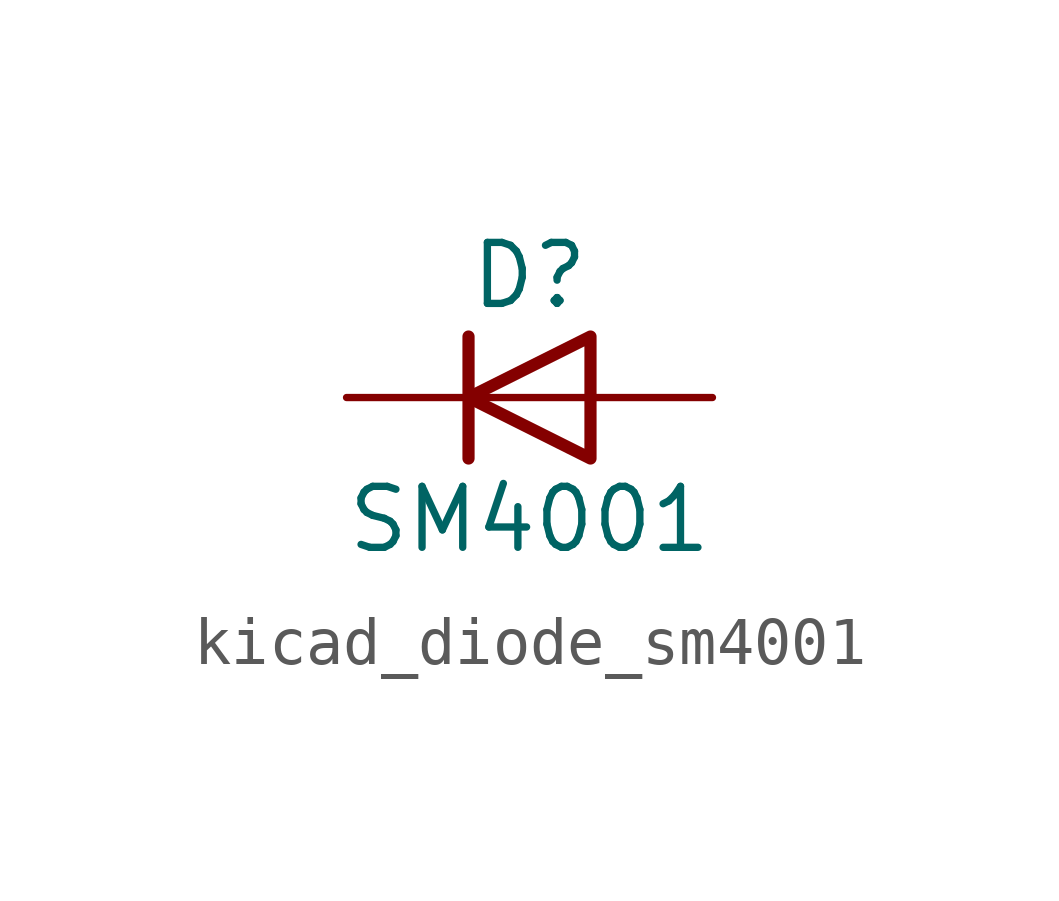
<source format=kicad_sym>
(kicad_symbol_lib
  (version 20220914)
  (generator kicad_symbol_editor)
  (symbol "kicad_diode_sm4001"
    (pin_numbers hide)
    (pin_names hide)
    (property "Reference" "D"
      (at 0 2.54 0)
      (effects (font (size 1.27 1.27))))
    (property "Value" "SM4001"
      (at 0 -2.54 0)
      (effects (font (size 1.27 1.27))))
    (symbol "kicad_diode_sm4001_0_1"
      (polyline (pts (xy -1.27 1.27) (xy -1.27 -1.27)) (stroke (width 0.254) (type default)) (fill (type none)))
      (polyline (pts (xy 1.27 0) (xy -1.27 0)) (stroke (width 0) (type default)) (fill (type none)))
      (polyline (pts (xy 1.27 1.27) (xy 1.27 -1.27) (xy -1.27 0) (xy 1.27 1.27)) (stroke (width 0.254) (type default)) (fill (type none))))
    (symbol "kicad_diode_sm4001_1_1"
      (pin passive line (at -3.81 0 0) (length 2.54) (name "K" (effects (font (size 1.27 1.27)))) (number "1" (effects (font (size 1.27 1.27)))))
      (pin passive line (at 3.81 0 180) (length 2.54) (name "A" (effects (font (size 1.27 1.27)))) (number "2" (effects (font (size 1.27 1.27))))))))
</source>
